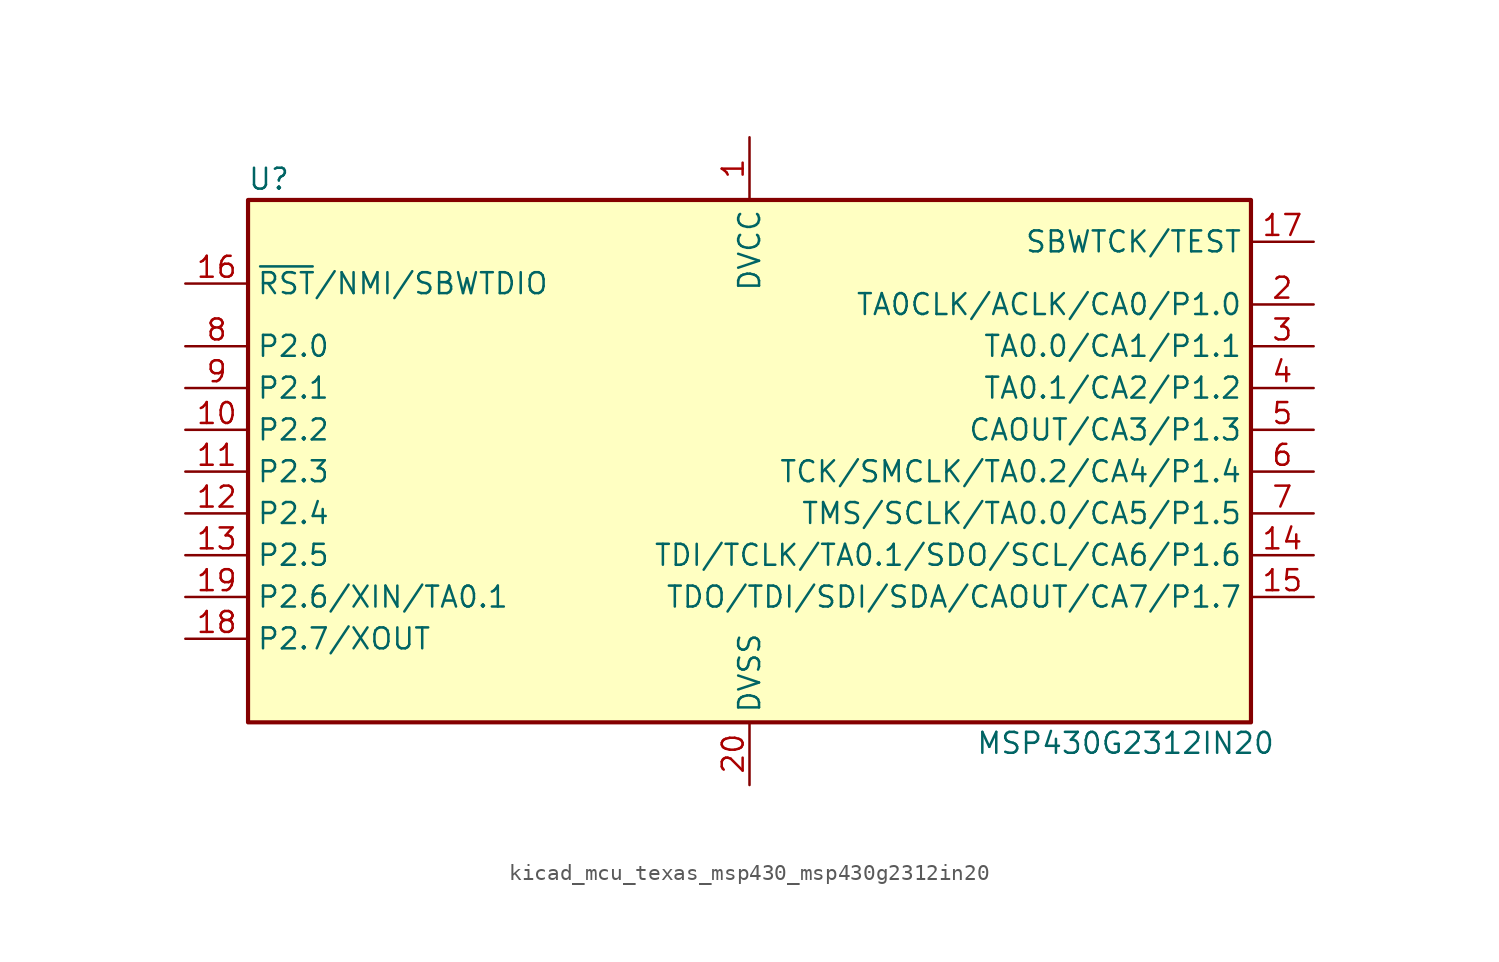
<source format=kicad_sym>
(kicad_symbol_lib
  (version 20220914)
  (generator kicad_symbol_editor)
  (symbol "kicad_mcu_texas_msp430_msp430g2312in20"
    (property "Reference" "U"
      (at -29.21 17.78 0)
      (effects (font (size 1.27 1.27))))
    (property "Value" "MSP430G2312IN20"
      (at 22.86 -16.51 0)
      (effects (font (size 1.27 1.27))))
    (symbol "kicad_mcu_texas_msp430_msp430g2312in20_0_1"
      (rectangle (start -30.48 16.51) (end 30.48 -15.24) (stroke (width 0.254) (type default)) (fill (type background))))
    (symbol "kicad_mcu_texas_msp430_msp430g2312in20_1_1"
      (pin power_in line (at 0 20.32 270) (length 3.81) (name "DVCC" (effects (font (size 1.27 1.27)))) (number "1" (effects (font (size 1.27 1.27)))))
      (pin bidirectional line (at -34.29 2.54 0) (length 3.81) (name "P2.2" (effects (font (size 1.27 1.27)))) (number "10" (effects (font (size 1.27 1.27)))))
      (pin bidirectional line (at -34.29 0 0) (length 3.81) (name "P2.3" (effects (font (size 1.27 1.27)))) (number "11" (effects (font (size 1.27 1.27)))))
      (pin bidirectional line (at -34.29 -2.54 0) (length 3.81) (name "P2.4" (effects (font (size 1.27 1.27)))) (number "12" (effects (font (size 1.27 1.27)))))
      (pin bidirectional line (at -34.29 -5.08 0) (length 3.81) (name "P2.5" (effects (font (size 1.27 1.27)))) (number "13" (effects (font (size 1.27 1.27)))))
      (pin bidirectional line (at 34.29 -5.08 180) (length 3.81) (name "TDI/TCLK/TA0.1/SDO/SCL/CA6/P1.6" (effects (font (size 1.27 1.27)))) (number "14" (effects (font (size 1.27 1.27)))))
      (pin bidirectional line (at 34.29 -7.62 180) (length 3.81) (name "TDO/TDI/SDI/SDA/CAOUT/CA7/P1.7" (effects (font (size 1.27 1.27)))) (number "15" (effects (font (size 1.27 1.27)))))
      (pin input line (at -34.29 11.43 0) (length 3.81) (name "~{RST}/NMI/SBWTDIO" (effects (font (size 1.27 1.27)))) (number "16" (effects (font (size 1.27 1.27)))))
      (pin input line (at 34.29 13.97 180) (length 3.81) (name "SBWTCK/TEST" (effects (font (size 1.27 1.27)))) (number "17" (effects (font (size 1.27 1.27)))))
      (pin bidirectional line (at -34.29 -10.16 0) (length 3.81) (name "P2.7/XOUT" (effects (font (size 1.27 1.27)))) (number "18" (effects (font (size 1.27 1.27)))))
      (pin bidirectional line (at -34.29 -7.62 0) (length 3.81) (name "P2.6/XIN/TA0.1" (effects (font (size 1.27 1.27)))) (number "19" (effects (font (size 1.27 1.27)))))
      (pin bidirectional line (at 34.29 10.16 180) (length 3.81) (name "TA0CLK/ACLK/CA0/P1.0" (effects (font (size 1.27 1.27)))) (number "2" (effects (font (size 1.27 1.27)))))
      (pin power_in line (at 0 -19.05 90) (length 3.81) (name "DVSS" (effects (font (size 1.27 1.27)))) (number "20" (effects (font (size 1.27 1.27)))))
      (pin bidirectional line (at 34.29 7.62 180) (length 3.81) (name "TA0.0/CA1/P1.1" (effects (font (size 1.27 1.27)))) (number "3" (effects (font (size 1.27 1.27)))))
      (pin bidirectional line (at 34.29 5.08 180) (length 3.81) (name "TA0.1/CA2/P1.2" (effects (font (size 1.27 1.27)))) (number "4" (effects (font (size 1.27 1.27)))))
      (pin bidirectional line (at 34.29 2.54 180) (length 3.81) (name "CAOUT/CA3/P1.3" (effects (font (size 1.27 1.27)))) (number "5" (effects (font (size 1.27 1.27)))))
      (pin bidirectional line (at 34.29 0 180) (length 3.81) (name "TCK/SMCLK/TA0.2/CA4/P1.4" (effects (font (size 1.27 1.27)))) (number "6" (effects (font (size 1.27 1.27)))))
      (pin bidirectional line (at 34.29 -2.54 180) (length 3.81) (name "TMS/SCLK/TA0.0/CA5/P1.5" (effects (font (size 1.27 1.27)))) (number "7" (effects (font (size 1.27 1.27)))))
      (pin bidirectional line (at -34.29 7.62 0) (length 3.81) (name "P2.0" (effects (font (size 1.27 1.27)))) (number "8" (effects (font (size 1.27 1.27)))))
      (pin bidirectional line (at -34.29 5.08 0) (length 3.81) (name "P2.1" (effects (font (size 1.27 1.27)))) (number "9" (effects (font (size 1.27 1.27))))))))
</source>
